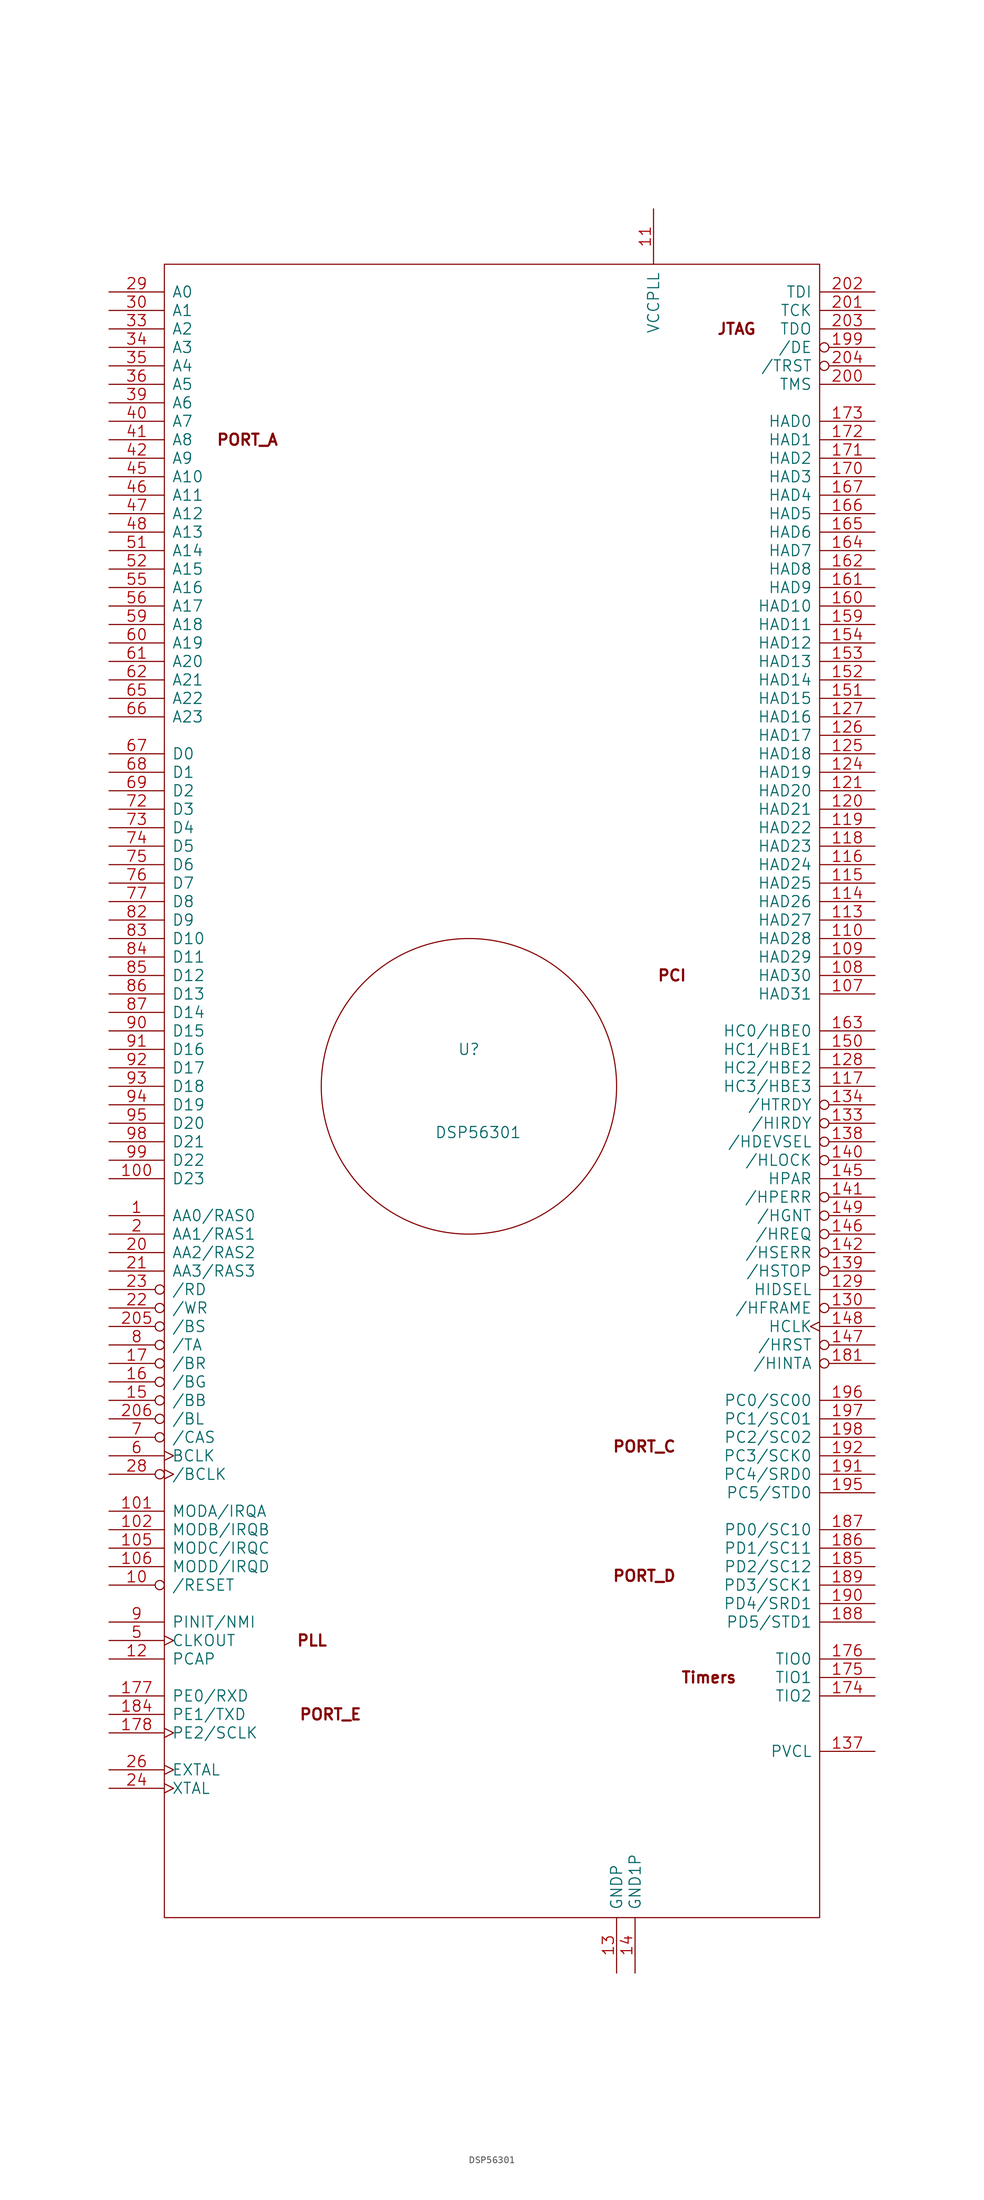
<source format=kicad_sym>
(kicad_symbol_lib
  (version 20211014)
  (generator kicad_symbol_editor)
  (symbol "DSP56301"
    (pin_names
      (offset 1.016))
    (property "Reference" "U"
      (at 0 3.81 0)
      (effects (font (size 1.524 1.524))))
    (property "Value" "DSP56301"
      (at 1.27 -7.62 0)
      (effects (font (size 1.524 1.524))))
    (property "Footprint" ""
      (at 0 0 0)
      (effects (font (size 1.524 1.524))))
    (property "Datasheet" ""
      (at 0 0 0)
      (effects (font (size 1.524 1.524))))
    (symbol "DSP56301_0_1"
      (rectangle (start -41.91 111.76) (end 48.26 -115.57) (stroke (width 0) (type default) (color 0 0 0 0)) (fill (type none)))
      (circle (center 0 -1.27) (radius 20.32) (stroke (width 0) (type default) (color 0 0 0 0)) (fill (type none)))
      (text "JTAG" (at 36.83 102.87 0) (effects (font (size 1.524 1.524) bold)))
      (text "PCI" (at 27.94 13.97 0) (effects (font (size 1.524 1.524) bold)))
      (text "PLL" (at -21.59 -77.47 0) (effects (font (size 1.524 1.524) bold)))
      (text "PORT_A" (at -30.48 87.63 0) (effects (font (size 1.524 1.524) bold)))
      (text "PORT_C" (at 24.13 -50.8 0) (effects (font (size 1.524 1.524) bold)))
      (text "PORT_D" (at 24.13 -68.58 0) (effects (font (size 1.524 1.524) bold)))
      (text "PORT_E" (at -19.05 -87.63 0) (effects (font (size 1.524 1.524) bold)))
      (text "Timers" (at 33.02 -82.55 0) (effects (font (size 1.524 1.524) bold))))
    (symbol "DSP56301_1_1"
      (pin output line (at -49.53 -19.05 0) (length 7.62) (name "AA0/RAS0" (effects (font (size 1.524 1.524)))) (number "1" (effects (font (size 1.524 1.524)))))
      (pin input inverted (at -49.53 -69.85 0) (length 7.62) (name "/RESET" (effects (font (size 1.524 1.524)))) (number "10" (effects (font (size 1.524 1.524)))))
      (pin bidirectional line (at -49.53 -13.97 0) (length 7.62) (name "D23" (effects (font (size 1.524 1.524)))) (number "100" (effects (font (size 1.524 1.524)))))
      (pin input line (at -49.53 -59.69 0) (length 7.62) (name "MODA/IRQA" (effects (font (size 1.524 1.524)))) (number "101" (effects (font (size 1.524 1.524)))))
      (pin input line (at -49.53 -62.23 0) (length 7.62) (name "MODB/IRQB" (effects (font (size 1.524 1.524)))) (number "102" (effects (font (size 1.524 1.524)))))
      (pin input line (at -49.53 -64.77 0) (length 7.62) (name "MODC/IRQC" (effects (font (size 1.524 1.524)))) (number "105" (effects (font (size 1.524 1.524)))))
      (pin input line (at -49.53 -67.31 0) (length 7.62) (name "MODD/IRQD" (effects (font (size 1.524 1.524)))) (number "106" (effects (font (size 1.524 1.524)))))
      (pin bidirectional line (at 55.88 11.43 180) (length 7.62) (name "HAD31" (effects (font (size 1.524 1.524)))) (number "107" (effects (font (size 1.524 1.524)))))
      (pin bidirectional line (at 55.88 13.97 180) (length 7.62) (name "HAD30" (effects (font (size 1.524 1.524)))) (number "108" (effects (font (size 1.524 1.524)))))
      (pin bidirectional line (at 55.88 16.51 180) (length 7.62) (name "HAD29" (effects (font (size 1.524 1.524)))) (number "109" (effects (font (size 1.524 1.524)))))
      (pin power_in line (at 25.4 119.38 270) (length 7.62) (name "VCCPLL" (effects (font (size 1.524 1.524)))) (number "11" (effects (font (size 1.524 1.524)))))
      (pin bidirectional line (at 55.88 19.05 180) (length 7.62) (name "HAD28" (effects (font (size 1.524 1.524)))) (number "110" (effects (font (size 1.524 1.524)))))
      (pin power_in line (at -10.16 119.38 270) (length 7.62) hide (name "VCC" (effects (font (size 1.524 1.524)))) (number "111" (effects (font (size 1.524 1.524)))))
      (pin power_in line (at -15.24 -123.19 90) (length 7.62) hide (name "GND" (effects (font (size 1.524 1.524)))) (number "112" (effects (font (size 1.524 1.524)))))
      (pin bidirectional line (at 55.88 21.59 180) (length 7.62) (name "HAD27" (effects (font (size 1.524 1.524)))) (number "113" (effects (font (size 1.524 1.524)))))
      (pin bidirectional line (at 55.88 24.13 180) (length 7.62) (name "HAD26" (effects (font (size 1.524 1.524)))) (number "114" (effects (font (size 1.524 1.524)))))
      (pin bidirectional line (at 55.88 26.67 180) (length 7.62) (name "HAD25" (effects (font (size 1.524 1.524)))) (number "115" (effects (font (size 1.524 1.524)))))
      (pin bidirectional line (at 55.88 29.21 180) (length 7.62) (name "HAD24" (effects (font (size 1.524 1.524)))) (number "116" (effects (font (size 1.524 1.524)))))
      (pin bidirectional line (at 55.88 -1.27 180) (length 7.62) (name "HC3/HBE3" (effects (font (size 1.524 1.524)))) (number "117" (effects (font (size 1.524 1.524)))))
      (pin bidirectional line (at 55.88 31.75 180) (length 7.62) (name "HAD23" (effects (font (size 1.524 1.524)))) (number "118" (effects (font (size 1.524 1.524)))))
      (pin bidirectional line (at 55.88 34.29 180) (length 7.62) (name "HAD22" (effects (font (size 1.524 1.524)))) (number "119" (effects (font (size 1.524 1.524)))))
      (pin input line (at -49.53 -80.01 0) (length 7.62) (name "PCAP" (effects (font (size 1.524 1.524)))) (number "12" (effects (font (size 1.524 1.524)))))
      (pin bidirectional line (at 55.88 36.83 180) (length 7.62) (name "HAD21" (effects (font (size 1.524 1.524)))) (number "120" (effects (font (size 1.524 1.524)))))
      (pin bidirectional line (at 55.88 39.37 180) (length 7.62) (name "HAD20" (effects (font (size 1.524 1.524)))) (number "121" (effects (font (size 1.524 1.524)))))
      (pin power_in line (at -7.62 119.38 270) (length 7.62) hide (name "VCC" (effects (font (size 1.524 1.524)))) (number "122" (effects (font (size 1.524 1.524)))))
      (pin power_in line (at -12.7 -123.19 90) (length 7.62) hide (name "GND" (effects (font (size 1.524 1.524)))) (number "123" (effects (font (size 1.524 1.524)))))
      (pin bidirectional line (at 55.88 41.91 180) (length 7.62) (name "HAD19" (effects (font (size 1.524 1.524)))) (number "124" (effects (font (size 1.524 1.524)))))
      (pin bidirectional line (at 55.88 44.45 180) (length 7.62) (name "HAD18" (effects (font (size 1.524 1.524)))) (number "125" (effects (font (size 1.524 1.524)))))
      (pin bidirectional line (at 55.88 46.99 180) (length 7.62) (name "HAD17" (effects (font (size 1.524 1.524)))) (number "126" (effects (font (size 1.524 1.524)))))
      (pin bidirectional line (at 55.88 49.53 180) (length 7.62) (name "HAD16" (effects (font (size 1.524 1.524)))) (number "127" (effects (font (size 1.524 1.524)))))
      (pin bidirectional line (at 55.88 1.27 180) (length 7.62) (name "HC2/HBE2" (effects (font (size 1.524 1.524)))) (number "128" (effects (font (size 1.524 1.524)))))
      (pin input line (at 55.88 -29.21 180) (length 7.62) (name "HIDSEL" (effects (font (size 1.524 1.524)))) (number "129" (effects (font (size 1.524 1.524)))))
      (pin power_in line (at 20.32 -123.19 90) (length 7.62) (name "GNDP" (effects (font (size 1.524 1.524)))) (number "13" (effects (font (size 1.524 1.524)))))
      (pin bidirectional inverted (at 55.88 -31.75 180) (length 7.62) (name "/HFRAME" (effects (font (size 1.524 1.524)))) (number "130" (effects (font (size 1.524 1.524)))))
      (pin power_in line (at 20.32 119.38 270) (length 7.62) hide (name "VCC" (effects (font (size 1.524 1.524)))) (number "131" (effects (font (size 1.524 1.524)))))
      (pin power_in line (at 15.24 -123.19 90) (length 7.62) hide (name "GND" (effects (font (size 1.524 1.524)))) (number "132" (effects (font (size 1.524 1.524)))))
      (pin bidirectional inverted (at 55.88 -6.35 180) (length 7.62) (name "/HIRDY" (effects (font (size 1.524 1.524)))) (number "133" (effects (font (size 1.524 1.524)))))
      (pin bidirectional inverted (at 55.88 -3.81 180) (length 7.62) (name "/HTRDY" (effects (font (size 1.524 1.524)))) (number "134" (effects (font (size 1.524 1.524)))))
      (pin power_in line (at -5.08 119.38 270) (length 7.62) hide (name "VCC" (effects (font (size 1.524 1.524)))) (number "135" (effects (font (size 1.524 1.524)))))
      (pin power_in line (at -10.16 -123.19 90) (length 7.62) hide (name "GND" (effects (font (size 1.524 1.524)))) (number "136" (effects (font (size 1.524 1.524)))))
      (pin input line (at 55.88 -92.71 180) (length 7.62) (name "PVCL" (effects (font (size 1.524 1.524)))) (number "137" (effects (font (size 1.524 1.524)))))
      (pin bidirectional inverted (at 55.88 -8.89 180) (length 7.62) (name "/HDEVSEL" (effects (font (size 1.524 1.524)))) (number "138" (effects (font (size 1.524 1.524)))))
      (pin bidirectional inverted (at 55.88 -26.67 180) (length 7.62) (name "/HSTOP" (effects (font (size 1.524 1.524)))) (number "139" (effects (font (size 1.524 1.524)))))
      (pin power_in line (at 22.86 -123.19 90) (length 7.62) (name "GND1P" (effects (font (size 1.524 1.524)))) (number "14" (effects (font (size 1.524 1.524)))))
      (pin bidirectional inverted (at 55.88 -11.43 180) (length 7.62) (name "/HLOCK" (effects (font (size 1.524 1.524)))) (number "140" (effects (font (size 1.524 1.524)))))
      (pin bidirectional inverted (at 55.88 -16.51 180) (length 7.62) (name "/HPERR" (effects (font (size 1.524 1.524)))) (number "141" (effects (font (size 1.524 1.524)))))
      (pin output inverted (at 55.88 -24.13 180) (length 7.62) (name "/HSERR" (effects (font (size 1.524 1.524)))) (number "142" (effects (font (size 1.524 1.524)))))
      (pin power_in line (at -7.62 -123.19 90) (length 7.62) hide (name "GND" (effects (font (size 1.524 1.524)))) (number "143" (effects (font (size 1.524 1.524)))))
      (pin power_in line (at -2.54 119.38 270) (length 7.62) hide (name "VCC" (effects (font (size 1.524 1.524)))) (number "144" (effects (font (size 1.524 1.524)))))
      (pin bidirectional line (at 55.88 -13.97 180) (length 7.62) (name "HPAR" (effects (font (size 1.524 1.524)))) (number "145" (effects (font (size 1.524 1.524)))))
      (pin output inverted (at 55.88 -21.59 180) (length 7.62) (name "/HREQ" (effects (font (size 1.524 1.524)))) (number "146" (effects (font (size 1.524 1.524)))))
      (pin input inverted (at 55.88 -36.83 180) (length 7.62) (name "/HRST" (effects (font (size 1.524 1.524)))) (number "147" (effects (font (size 1.524 1.524)))))
      (pin input clock (at 55.88 -34.29 180) (length 7.62) (name "HCLK" (effects (font (size 1.524 1.524)))) (number "148" (effects (font (size 1.524 1.524)))))
      (pin input inverted (at 55.88 -19.05 180) (length 7.62) (name "/HGNT" (effects (font (size 1.524 1.524)))) (number "149" (effects (font (size 1.524 1.524)))))
      (pin bidirectional inverted (at -49.53 -44.45 0) (length 7.62) (name "/BB" (effects (font (size 1.524 1.524)))) (number "15" (effects (font (size 1.524 1.524)))))
      (pin bidirectional line (at 55.88 3.81 180) (length 7.62) (name "HC1/HBE1" (effects (font (size 1.524 1.524)))) (number "150" (effects (font (size 1.524 1.524)))))
      (pin bidirectional line (at 55.88 52.07 180) (length 7.62) (name "HAD15" (effects (font (size 1.524 1.524)))) (number "151" (effects (font (size 1.524 1.524)))))
      (pin bidirectional line (at 55.88 54.61 180) (length 7.62) (name "HAD14" (effects (font (size 1.524 1.524)))) (number "152" (effects (font (size 1.524 1.524)))))
      (pin bidirectional line (at 55.88 57.15 180) (length 7.62) (name "HAD13" (effects (font (size 1.524 1.524)))) (number "153" (effects (font (size 1.524 1.524)))))
      (pin bidirectional line (at 55.88 59.69 180) (length 7.62) (name "HAD12" (effects (font (size 1.524 1.524)))) (number "154" (effects (font (size 1.524 1.524)))))
      (pin power_in line (at -5.08 -123.19 90) (length 7.62) hide (name "GND" (effects (font (size 1.524 1.524)))) (number "155" (effects (font (size 1.524 1.524)))))
      (pin power_in line (at 0 119.38 270) (length 7.62) hide (name "VCC" (effects (font (size 1.524 1.524)))) (number "156" (effects (font (size 1.524 1.524)))))
      (pin bidirectional line (at 55.88 62.23 180) (length 7.62) (name "HAD11" (effects (font (size 1.524 1.524)))) (number "159" (effects (font (size 1.524 1.524)))))
      (pin input inverted (at -49.53 -41.91 0) (length 7.62) (name "/BG" (effects (font (size 1.524 1.524)))) (number "16" (effects (font (size 1.524 1.524)))))
      (pin bidirectional line (at 55.88 64.77 180) (length 7.62) (name "HAD10" (effects (font (size 1.524 1.524)))) (number "160" (effects (font (size 1.524 1.524)))))
      (pin bidirectional line (at 55.88 67.31 180) (length 7.62) (name "HAD9" (effects (font (size 1.524 1.524)))) (number "161" (effects (font (size 1.524 1.524)))))
      (pin bidirectional line (at 55.88 69.85 180) (length 7.62) (name "HAD8" (effects (font (size 1.524 1.524)))) (number "162" (effects (font (size 1.524 1.524)))))
      (pin bidirectional line (at 55.88 6.35 180) (length 7.62) (name "HC0/HBE0" (effects (font (size 1.524 1.524)))) (number "163" (effects (font (size 1.524 1.524)))))
      (pin bidirectional line (at 55.88 72.39 180) (length 7.62) (name "HAD7" (effects (font (size 1.524 1.524)))) (number "164" (effects (font (size 1.524 1.524)))))
      (pin bidirectional line (at 55.88 74.93 180) (length 7.62) (name "HAD6" (effects (font (size 1.524 1.524)))) (number "165" (effects (font (size 1.524 1.524)))))
      (pin bidirectional line (at 55.88 77.47 180) (length 7.62) (name "HAD5" (effects (font (size 1.524 1.524)))) (number "166" (effects (font (size 1.524 1.524)))))
      (pin bidirectional line (at 55.88 80.01 180) (length 7.62) (name "HAD4" (effects (font (size 1.524 1.524)))) (number "167" (effects (font (size 1.524 1.524)))))
      (pin power_in line (at -2.54 -123.19 90) (length 7.62) hide (name "GND" (effects (font (size 1.524 1.524)))) (number "168" (effects (font (size 1.524 1.524)))))
      (pin power_in line (at 2.54 119.38 270) (length 7.62) hide (name "VCC" (effects (font (size 1.524 1.524)))) (number "169" (effects (font (size 1.524 1.524)))))
      (pin output inverted (at -49.53 -39.37 0) (length 7.62) (name "/BR" (effects (font (size 1.524 1.524)))) (number "17" (effects (font (size 1.524 1.524)))))
      (pin bidirectional line (at 55.88 82.55 180) (length 7.62) (name "HAD3" (effects (font (size 1.524 1.524)))) (number "170" (effects (font (size 1.524 1.524)))))
      (pin bidirectional line (at 55.88 85.09 180) (length 7.62) (name "HAD2" (effects (font (size 1.524 1.524)))) (number "171" (effects (font (size 1.524 1.524)))))
      (pin bidirectional line (at 55.88 87.63 180) (length 7.62) (name "HAD1" (effects (font (size 1.524 1.524)))) (number "172" (effects (font (size 1.524 1.524)))))
      (pin bidirectional line (at 55.88 90.17 180) (length 7.62) (name "HAD0" (effects (font (size 1.524 1.524)))) (number "173" (effects (font (size 1.524 1.524)))))
      (pin bidirectional line (at 55.88 -85.09 180) (length 7.62) (name "TIO2" (effects (font (size 1.524 1.524)))) (number "174" (effects (font (size 1.524 1.524)))))
      (pin bidirectional line (at 55.88 -82.55 180) (length 7.62) (name "TIO1" (effects (font (size 1.524 1.524)))) (number "175" (effects (font (size 1.524 1.524)))))
      (pin bidirectional line (at 55.88 -80.01 180) (length 7.62) (name "TIO0" (effects (font (size 1.524 1.524)))) (number "176" (effects (font (size 1.524 1.524)))))
      (pin bidirectional line (at -49.53 -85.09 0) (length 7.62) (name "PE0/RXD" (effects (font (size 1.524 1.524)))) (number "177" (effects (font (size 1.524 1.524)))))
      (pin bidirectional clock (at -49.53 -90.17 0) (length 7.62) (name "PE2/SCLK" (effects (font (size 1.524 1.524)))) (number "178" (effects (font (size 1.524 1.524)))))
      (pin power_in line (at 12.7 119.38 270) (length 7.62) hide (name "VCC" (effects (font (size 1.524 1.524)))) (number "179" (effects (font (size 1.524 1.524)))))
      (pin power_in line (at 7.62 119.38 270) (length 7.62) hide (name "VCC" (effects (font (size 1.524 1.524)))) (number "18" (effects (font (size 1.524 1.524)))))
      (pin power_in line (at 5.08 -123.19 90) (length 7.62) hide (name "GND" (effects (font (size 1.524 1.524)))) (number "180" (effects (font (size 1.524 1.524)))))
      (pin output inverted (at 55.88 -39.37 180) (length 7.62) (name "/HINTA" (effects (font (size 1.524 1.524)))) (number "181" (effects (font (size 1.524 1.524)))))
      (pin power_in line (at 22.86 119.38 270) (length 7.62) hide (name "VCC" (effects (font (size 1.524 1.524)))) (number "182" (effects (font (size 1.524 1.524)))))
      (pin power_in line (at 17.78 -123.19 90) (length 7.62) hide (name "GND" (effects (font (size 1.27 1.27)))) (number "183" (effects (font (size 1.27 1.27)))))
      (pin bidirectional line (at -49.53 -87.63 0) (length 7.62) (name "PE1/TXD" (effects (font (size 1.524 1.524)))) (number "184" (effects (font (size 1.524 1.524)))))
      (pin bidirectional line (at 55.88 -67.31 180) (length 7.62) (name "PD2/SC12" (effects (font (size 1.524 1.524)))) (number "185" (effects (font (size 1.524 1.524)))))
      (pin bidirectional line (at 55.88 -64.77 180) (length 7.62) (name "PD1/SC11" (effects (font (size 1.524 1.524)))) (number "186" (effects (font (size 1.524 1.524)))))
      (pin bidirectional line (at 55.88 -62.23 180) (length 7.62) (name "PD0/SC10" (effects (font (size 1.524 1.524)))) (number "187" (effects (font (size 1.524 1.524)))))
      (pin bidirectional line (at 55.88 -74.93 180) (length 7.62) (name "PD5/STD1" (effects (font (size 1.524 1.524)))) (number "188" (effects (font (size 1.524 1.524)))))
      (pin bidirectional line (at 55.88 -69.85 180) (length 7.62) (name "PD3/SCK1" (effects (font (size 1.524 1.524)))) (number "189" (effects (font (size 1.524 1.524)))))
      (pin power_in line (at 2.54 -123.19 90) (length 7.62) hide (name "GND" (effects (font (size 1.524 1.524)))) (number "19" (effects (font (size 1.524 1.524)))))
      (pin bidirectional line (at 55.88 -72.39 180) (length 7.62) (name "PD4/SRD1" (effects (font (size 1.524 1.524)))) (number "190" (effects (font (size 1.524 1.524)))))
      (pin bidirectional line (at 55.88 -54.61 180) (length 7.62) (name "PC4/SRD0" (effects (font (size 1.524 1.524)))) (number "191" (effects (font (size 1.524 1.524)))))
      (pin bidirectional line (at 55.88 -52.07 180) (length 7.62) (name "PC3/SCK0" (effects (font (size 1.524 1.524)))) (number "192" (effects (font (size 1.524 1.524)))))
      (pin power_in line (at 10.16 119.38 270) (length 7.62) hide (name "VCC" (effects (font (size 1.524 1.524)))) (number "193" (effects (font (size 1.524 1.524)))))
      (pin power_in line (at 7.62 -123.19 90) (length 7.62) hide (name "GND" (effects (font (size 1.524 1.524)))) (number "194" (effects (font (size 1.524 1.524)))))
      (pin bidirectional line (at 55.88 -57.15 180) (length 7.62) (name "PC5/STD0" (effects (font (size 1.524 1.524)))) (number "195" (effects (font (size 1.524 1.524)))))
      (pin bidirectional line (at 55.88 -44.45 180) (length 7.62) (name "PC0/SC00" (effects (font (size 1.524 1.524)))) (number "196" (effects (font (size 1.524 1.524)))))
      (pin bidirectional line (at 55.88 -46.99 180) (length 7.62) (name "PC1/SC01" (effects (font (size 1.524 1.524)))) (number "197" (effects (font (size 1.524 1.524)))))
      (pin bidirectional line (at 55.88 -49.53 180) (length 7.62) (name "PC2/SC02" (effects (font (size 1.524 1.524)))) (number "198" (effects (font (size 1.524 1.524)))))
      (pin output inverted (at 55.88 100.33 180) (length 7.62) (name "/DE" (effects (font (size 1.524 1.524)))) (number "199" (effects (font (size 1.524 1.524)))))
      (pin output line (at -49.53 -21.59 0) (length 7.62) (name "AA1/RAS1" (effects (font (size 1.524 1.524)))) (number "2" (effects (font (size 1.524 1.524)))))
      (pin output line (at -49.53 -24.13 0) (length 7.62) (name "AA2/RAS2" (effects (font (size 1.524 1.524)))) (number "20" (effects (font (size 1.524 1.524)))))
      (pin input line (at 55.88 95.25 180) (length 7.62) (name "TMS" (effects (font (size 1.524 1.524)))) (number "200" (effects (font (size 1.524 1.524)))))
      (pin input line (at 55.88 105.41 180) (length 7.62) (name "TCK" (effects (font (size 1.524 1.524)))) (number "201" (effects (font (size 1.524 1.524)))))
      (pin input line (at 55.88 107.95 180) (length 7.62) (name "TDI" (effects (font (size 1.524 1.524)))) (number "202" (effects (font (size 1.524 1.524)))))
      (pin output line (at 55.88 102.87 180) (length 7.62) (name "TDO" (effects (font (size 1.524 1.524)))) (number "203" (effects (font (size 1.524 1.524)))))
      (pin input inverted (at 55.88 97.79 180) (length 7.62) (name "/TRST" (effects (font (size 1.524 1.524)))) (number "204" (effects (font (size 1.524 1.524)))))
      (pin output inverted (at -49.53 -34.29 0) (length 7.62) (name "/BS" (effects (font (size 1.524 1.524)))) (number "205" (effects (font (size 1.524 1.524)))))
      (pin output inverted (at -49.53 -46.99 0) (length 7.62) (name "/BL" (effects (font (size 1.524 1.524)))) (number "206" (effects (font (size 1.524 1.524)))))
      (pin output line (at -49.53 -26.67 0) (length 7.62) (name "AA3/RAS3" (effects (font (size 1.524 1.524)))) (number "21" (effects (font (size 1.524 1.524)))))
      (pin output inverted (at -49.53 -31.75 0) (length 7.62) (name "/WR" (effects (font (size 1.524 1.524)))) (number "22" (effects (font (size 1.524 1.524)))))
      (pin output inverted (at -49.53 -29.21 0) (length 7.62) (name "/RD" (effects (font (size 1.524 1.524)))) (number "23" (effects (font (size 1.524 1.524)))))
      (pin output clock (at -49.53 -97.79 0) (length 7.62) (name "XTAL" (effects (font (size 1.524 1.524)))) (number "24" (effects (font (size 1.524 1.524)))))
      (pin power_in line (at 15.24 119.38 270) (length 7.62) hide (name "VCC" (effects (font (size 1.524 1.524)))) (number "25" (effects (font (size 1.524 1.524)))))
      (pin input clock (at -49.53 -95.25 0) (length 7.62) (name "EXTAL" (effects (font (size 1.524 1.524)))) (number "26" (effects (font (size 1.524 1.524)))))
      (pin power_in line (at 10.16 -123.19 90) (length 7.62) hide (name "GND" (effects (font (size 1.524 1.524)))) (number "27" (effects (font (size 1.524 1.524)))))
      (pin output inverted_clock (at -49.53 -54.61 0) (length 7.62) (name "/BCLK" (effects (font (size 1.524 1.524)))) (number "28" (effects (font (size 1.524 1.524)))))
      (pin output line (at -49.53 107.95 0) (length 7.62) (name "A0" (effects (font (size 1.524 1.524)))) (number "29" (effects (font (size 1.524 1.524)))))
      (pin power_in line (at 5.08 119.38 270) (length 7.62) hide (name "VCC" (effects (font (size 1.524 1.524)))) (number "3" (effects (font (size 1.524 1.524)))))
      (pin output line (at -49.53 105.41 0) (length 7.62) (name "A1" (effects (font (size 1.524 1.524)))) (number "30" (effects (font (size 1.524 1.524)))))
      (pin power_in line (at -40.64 -123.19 90) (length 7.62) hide (name "GND" (effects (font (size 1.524 1.524)))) (number "31" (effects (font (size 1.524 1.524)))))
      (pin power_in line (at -35.56 119.38 270) (length 7.62) hide (name "VCC" (effects (font (size 1.524 1.524)))) (number "32" (effects (font (size 1.524 1.524)))))
      (pin output line (at -49.53 102.87 0) (length 7.62) (name "A2" (effects (font (size 1.524 1.524)))) (number "33" (effects (font (size 1.524 1.524)))))
      (pin output line (at -49.53 100.33 0) (length 7.62) (name "A3" (effects (font (size 1.524 1.524)))) (number "34" (effects (font (size 1.524 1.524)))))
      (pin output line (at -49.53 97.79 0) (length 7.62) (name "A4" (effects (font (size 1.524 1.524)))) (number "35" (effects (font (size 1.524 1.524)))))
      (pin output line (at -49.53 95.25 0) (length 7.62) (name "A5" (effects (font (size 1.524 1.524)))) (number "36" (effects (font (size 1.524 1.524)))))
      (pin power_in line (at -38.1 -123.19 90) (length 7.62) hide (name "GND" (effects (font (size 1.524 1.524)))) (number "37" (effects (font (size 1.524 1.524)))))
      (pin power_in line (at -33.02 119.38 270) (length 7.62) hide (name "VCC" (effects (font (size 1.524 1.524)))) (number "38" (effects (font (size 1.524 1.524)))))
      (pin output line (at -49.53 92.71 0) (length 7.62) (name "A6" (effects (font (size 1.524 1.524)))) (number "39" (effects (font (size 1.524 1.524)))))
      (pin power_in line (at 0 -123.19 90) (length 7.62) hide (name "GND" (effects (font (size 1.524 1.524)))) (number "4" (effects (font (size 1.524 1.524)))))
      (pin output line (at -49.53 90.17 0) (length 7.62) (name "A7" (effects (font (size 1.524 1.524)))) (number "40" (effects (font (size 1.524 1.524)))))
      (pin output line (at -49.53 87.63 0) (length 7.62) (name "A8" (effects (font (size 1.524 1.524)))) (number "41" (effects (font (size 1.524 1.524)))))
      (pin output line (at -49.53 85.09 0) (length 7.62) (name "A9" (effects (font (size 1.524 1.524)))) (number "42" (effects (font (size 1.524 1.524)))))
      (pin power_in line (at -35.56 -123.19 90) (length 7.62) hide (name "GND" (effects (font (size 1.524 1.524)))) (number "43" (effects (font (size 1.524 1.524)))))
      (pin power_in line (at -30.48 119.38 270) (length 7.62) hide (name "VCC" (effects (font (size 1.524 1.524)))) (number "44" (effects (font (size 1.524 1.524)))))
      (pin output line (at -49.53 82.55 0) (length 7.62) (name "A10" (effects (font (size 1.524 1.524)))) (number "45" (effects (font (size 1.524 1.524)))))
      (pin output line (at -49.53 80.01 0) (length 7.62) (name "A11" (effects (font (size 1.524 1.524)))) (number "46" (effects (font (size 1.524 1.524)))))
      (pin output line (at -49.53 77.47 0) (length 7.62) (name "A12" (effects (font (size 1.524 1.524)))) (number "47" (effects (font (size 1.524 1.524)))))
      (pin output line (at -49.53 74.93 0) (length 7.62) (name "A13" (effects (font (size 1.524 1.524)))) (number "48" (effects (font (size 1.524 1.524)))))
      (pin power_in line (at -33.02 -123.19 90) (length 7.62) hide (name "GND" (effects (font (size 1.524 1.524)))) (number "49" (effects (font (size 1.524 1.524)))))
      (pin output clock (at -49.53 -77.47 0) (length 7.62) (name "CLKOUT" (effects (font (size 1.524 1.524)))) (number "5" (effects (font (size 1.524 1.524)))))
      (pin power_in line (at -27.94 119.38 270) (length 7.62) hide (name "VCC" (effects (font (size 1.524 1.524)))) (number "50" (effects (font (size 1.524 1.524)))))
      (pin output line (at -49.53 72.39 0) (length 7.62) (name "A14" (effects (font (size 1.524 1.524)))) (number "51" (effects (font (size 1.524 1.524)))))
      (pin output line (at -49.53 69.85 0) (length 7.62) (name "A15" (effects (font (size 1.524 1.524)))) (number "52" (effects (font (size 1.524 1.524)))))
      (pin output line (at -49.53 67.31 0) (length 7.62) (name "A16" (effects (font (size 1.524 1.524)))) (number "55" (effects (font (size 1.524 1.524)))))
      (pin output line (at -49.53 64.77 0) (length 7.62) (name "A17" (effects (font (size 1.524 1.524)))) (number "56" (effects (font (size 1.524 1.524)))))
      (pin power_in line (at -30.48 -123.19 90) (length 7.62) hide (name "GND" (effects (font (size 1.524 1.524)))) (number "57" (effects (font (size 1.524 1.524)))))
      (pin power_in line (at -25.4 119.38 270) (length 7.62) hide (name "VCC" (effects (font (size 1.524 1.524)))) (number "58" (effects (font (size 1.524 1.524)))))
      (pin output line (at -49.53 62.23 0) (length 7.62) (name "A18" (effects (font (size 1.524 1.524)))) (number "59" (effects (font (size 1.524 1.524)))))
      (pin output clock (at -49.53 -52.07 0) (length 7.62) (name "BCLK" (effects (font (size 1.524 1.524)))) (number "6" (effects (font (size 1.524 1.524)))))
      (pin output line (at -49.53 59.69 0) (length 7.62) (name "A19" (effects (font (size 1.524 1.524)))) (number "60" (effects (font (size 1.524 1.524)))))
      (pin output line (at -49.53 57.15 0) (length 7.62) (name "A20" (effects (font (size 1.524 1.524)))) (number "61" (effects (font (size 1.524 1.524)))))
      (pin output line (at -49.53 54.61 0) (length 7.62) (name "A21" (effects (font (size 1.524 1.524)))) (number "62" (effects (font (size 1.524 1.524)))))
      (pin power_in line (at -27.94 -123.19 90) (length 7.62) hide (name "GND" (effects (font (size 1.524 1.524)))) (number "63" (effects (font (size 1.524 1.524)))))
      (pin power_in line (at -22.86 119.38 270) (length 7.62) hide (name "VCC" (effects (font (size 1.524 1.524)))) (number "64" (effects (font (size 1.524 1.524)))))
      (pin output line (at -49.53 52.07 0) (length 7.62) (name "A22" (effects (font (size 1.524 1.524)))) (number "65" (effects (font (size 1.524 1.524)))))
      (pin output line (at -49.53 49.53 0) (length 7.62) (name "A23" (effects (font (size 1.524 1.524)))) (number "66" (effects (font (size 1.524 1.524)))))
      (pin bidirectional line (at -49.53 44.45 0) (length 7.62) (name "D0" (effects (font (size 1.524 1.524)))) (number "67" (effects (font (size 1.524 1.524)))))
      (pin bidirectional line (at -49.53 41.91 0) (length 7.62) (name "D1" (effects (font (size 1.524 1.524)))) (number "68" (effects (font (size 1.524 1.524)))))
      (pin bidirectional line (at -49.53 39.37 0) (length 7.62) (name "D2" (effects (font (size 1.524 1.524)))) (number "69" (effects (font (size 1.524 1.524)))))
      (pin output inverted (at -49.53 -49.53 0) (length 7.62) (name "/CAS" (effects (font (size 1.524 1.524)))) (number "7" (effects (font (size 1.524 1.524)))))
      (pin power_in line (at -25.4 -123.19 90) (length 7.62) hide (name "GND" (effects (font (size 1.524 1.524)))) (number "70" (effects (font (size 1.524 1.524)))))
      (pin power_in line (at -20.32 119.38 270) (length 7.62) hide (name "VCC" (effects (font (size 1.524 1.524)))) (number "71" (effects (font (size 1.524 1.524)))))
      (pin bidirectional line (at -49.53 36.83 0) (length 7.62) (name "D3" (effects (font (size 1.524 1.524)))) (number "72" (effects (font (size 1.524 1.524)))))
      (pin bidirectional line (at -49.53 34.29 0) (length 7.62) (name "D4" (effects (font (size 1.524 1.524)))) (number "73" (effects (font (size 1.524 1.524)))))
      (pin bidirectional line (at -49.53 31.75 0) (length 7.62) (name "D5" (effects (font (size 1.524 1.524)))) (number "74" (effects (font (size 1.524 1.524)))))
      (pin bidirectional line (at -49.53 29.21 0) (length 7.62) (name "D6" (effects (font (size 1.524 1.524)))) (number "75" (effects (font (size 1.524 1.524)))))
      (pin bidirectional line (at -49.53 26.67 0) (length 7.62) (name "D7" (effects (font (size 1.524 1.524)))) (number "76" (effects (font (size 1.524 1.524)))))
      (pin bidirectional line (at -49.53 24.13 0) (length 7.62) (name "D8" (effects (font (size 1.524 1.524)))) (number "77" (effects (font (size 1.524 1.524)))))
      (pin power_in line (at 12.7 -123.19 90) (length 7.62) hide (name "GND" (effects (font (size 1.524 1.524)))) (number "78" (effects (font (size 1.524 1.524)))))
      (pin power_in line (at 17.78 119.38 270) (length 7.62) hide (name "VCC" (effects (font (size 1.524 1.524)))) (number "79" (effects (font (size 1.524 1.524)))))
      (pin input inverted (at -49.53 -36.83 0) (length 7.62) (name "/TA" (effects (font (size 1.524 1.524)))) (number "8" (effects (font (size 1.524 1.524)))))
      (pin power_in line (at -22.86 -123.19 90) (length 7.62) hide (name "GND" (effects (font (size 1.524 1.524)))) (number "80" (effects (font (size 1.524 1.524)))))
      (pin power_in line (at -17.78 119.38 270) (length 7.62) hide (name "VCC" (effects (font (size 1.524 1.524)))) (number "81" (effects (font (size 1.524 1.524)))))
      (pin bidirectional line (at -49.53 21.59 0) (length 7.62) (name "D9" (effects (font (size 1.524 1.524)))) (number "82" (effects (font (size 1.524 1.524)))))
      (pin bidirectional line (at -49.53 19.05 0) (length 7.62) (name "D10" (effects (font (size 1.524 1.524)))) (number "83" (effects (font (size 1.524 1.524)))))
      (pin bidirectional line (at -49.53 16.51 0) (length 7.62) (name "D11" (effects (font (size 1.524 1.524)))) (number "84" (effects (font (size 1.524 1.524)))))
      (pin bidirectional line (at -49.53 13.97 0) (length 7.62) (name "D12" (effects (font (size 1.524 1.524)))) (number "85" (effects (font (size 1.524 1.524)))))
      (pin bidirectional line (at -49.53 11.43 0) (length 7.62) (name "D13" (effects (font (size 1.524 1.524)))) (number "86" (effects (font (size 1.524 1.524)))))
      (pin bidirectional line (at -49.53 8.89 0) (length 7.62) (name "D14" (effects (font (size 1.524 1.524)))) (number "87" (effects (font (size 1.524 1.524)))))
      (pin power_in line (at -20.32 -123.19 90) (length 7.62) hide (name "GND" (effects (font (size 1.524 1.524)))) (number "88" (effects (font (size 1.524 1.524)))))
      (pin power_in line (at -15.24 119.38 270) (length 7.62) hide (name "VCC" (effects (font (size 1.524 1.524)))) (number "89" (effects (font (size 1.524 1.524)))))
      (pin input line (at -49.53 -74.93 0) (length 7.62) (name "PINIT/NMI" (effects (font (size 1.524 1.524)))) (number "9" (effects (font (size 1.524 1.524)))))
      (pin bidirectional line (at -49.53 6.35 0) (length 7.62) (name "D15" (effects (font (size 1.524 1.524)))) (number "90" (effects (font (size 1.524 1.524)))))
      (pin bidirectional line (at -49.53 3.81 0) (length 7.62) (name "D16" (effects (font (size 1.524 1.524)))) (number "91" (effects (font (size 1.524 1.524)))))
      (pin bidirectional line (at -49.53 1.27 0) (length 7.62) (name "D17" (effects (font (size 1.524 1.524)))) (number "92" (effects (font (size 1.524 1.524)))))
      (pin bidirectional line (at -49.53 -1.27 0) (length 7.62) (name "D18" (effects (font (size 1.524 1.524)))) (number "93" (effects (font (size 1.524 1.524)))))
      (pin bidirectional line (at -49.53 -3.81 0) (length 7.62) (name "D19" (effects (font (size 1.524 1.524)))) (number "94" (effects (font (size 1.524 1.524)))))
      (pin bidirectional line (at -49.53 -6.35 0) (length 7.62) (name "D20" (effects (font (size 1.524 1.524)))) (number "95" (effects (font (size 1.524 1.524)))))
      (pin power_in line (at -17.78 -123.19 90) (length 7.62) hide (name "GND" (effects (font (size 1.524 1.524)))) (number "96" (effects (font (size 1.524 1.524)))))
      (pin power_in line (at -12.7 119.38 270) (length 7.62) hide (name "VCC" (effects (font (size 1.524 1.524)))) (number "97" (effects (font (size 1.524 1.524)))))
      (pin bidirectional line (at -49.53 -8.89 0) (length 7.62) (name "D21" (effects (font (size 1.524 1.524)))) (number "98" (effects (font (size 1.524 1.524)))))
      (pin bidirectional line (at -49.53 -11.43 0) (length 7.62) (name "D22" (effects (font (size 1.524 1.524)))) (number "99" (effects (font (size 1.524 1.524))))))))
</source>
